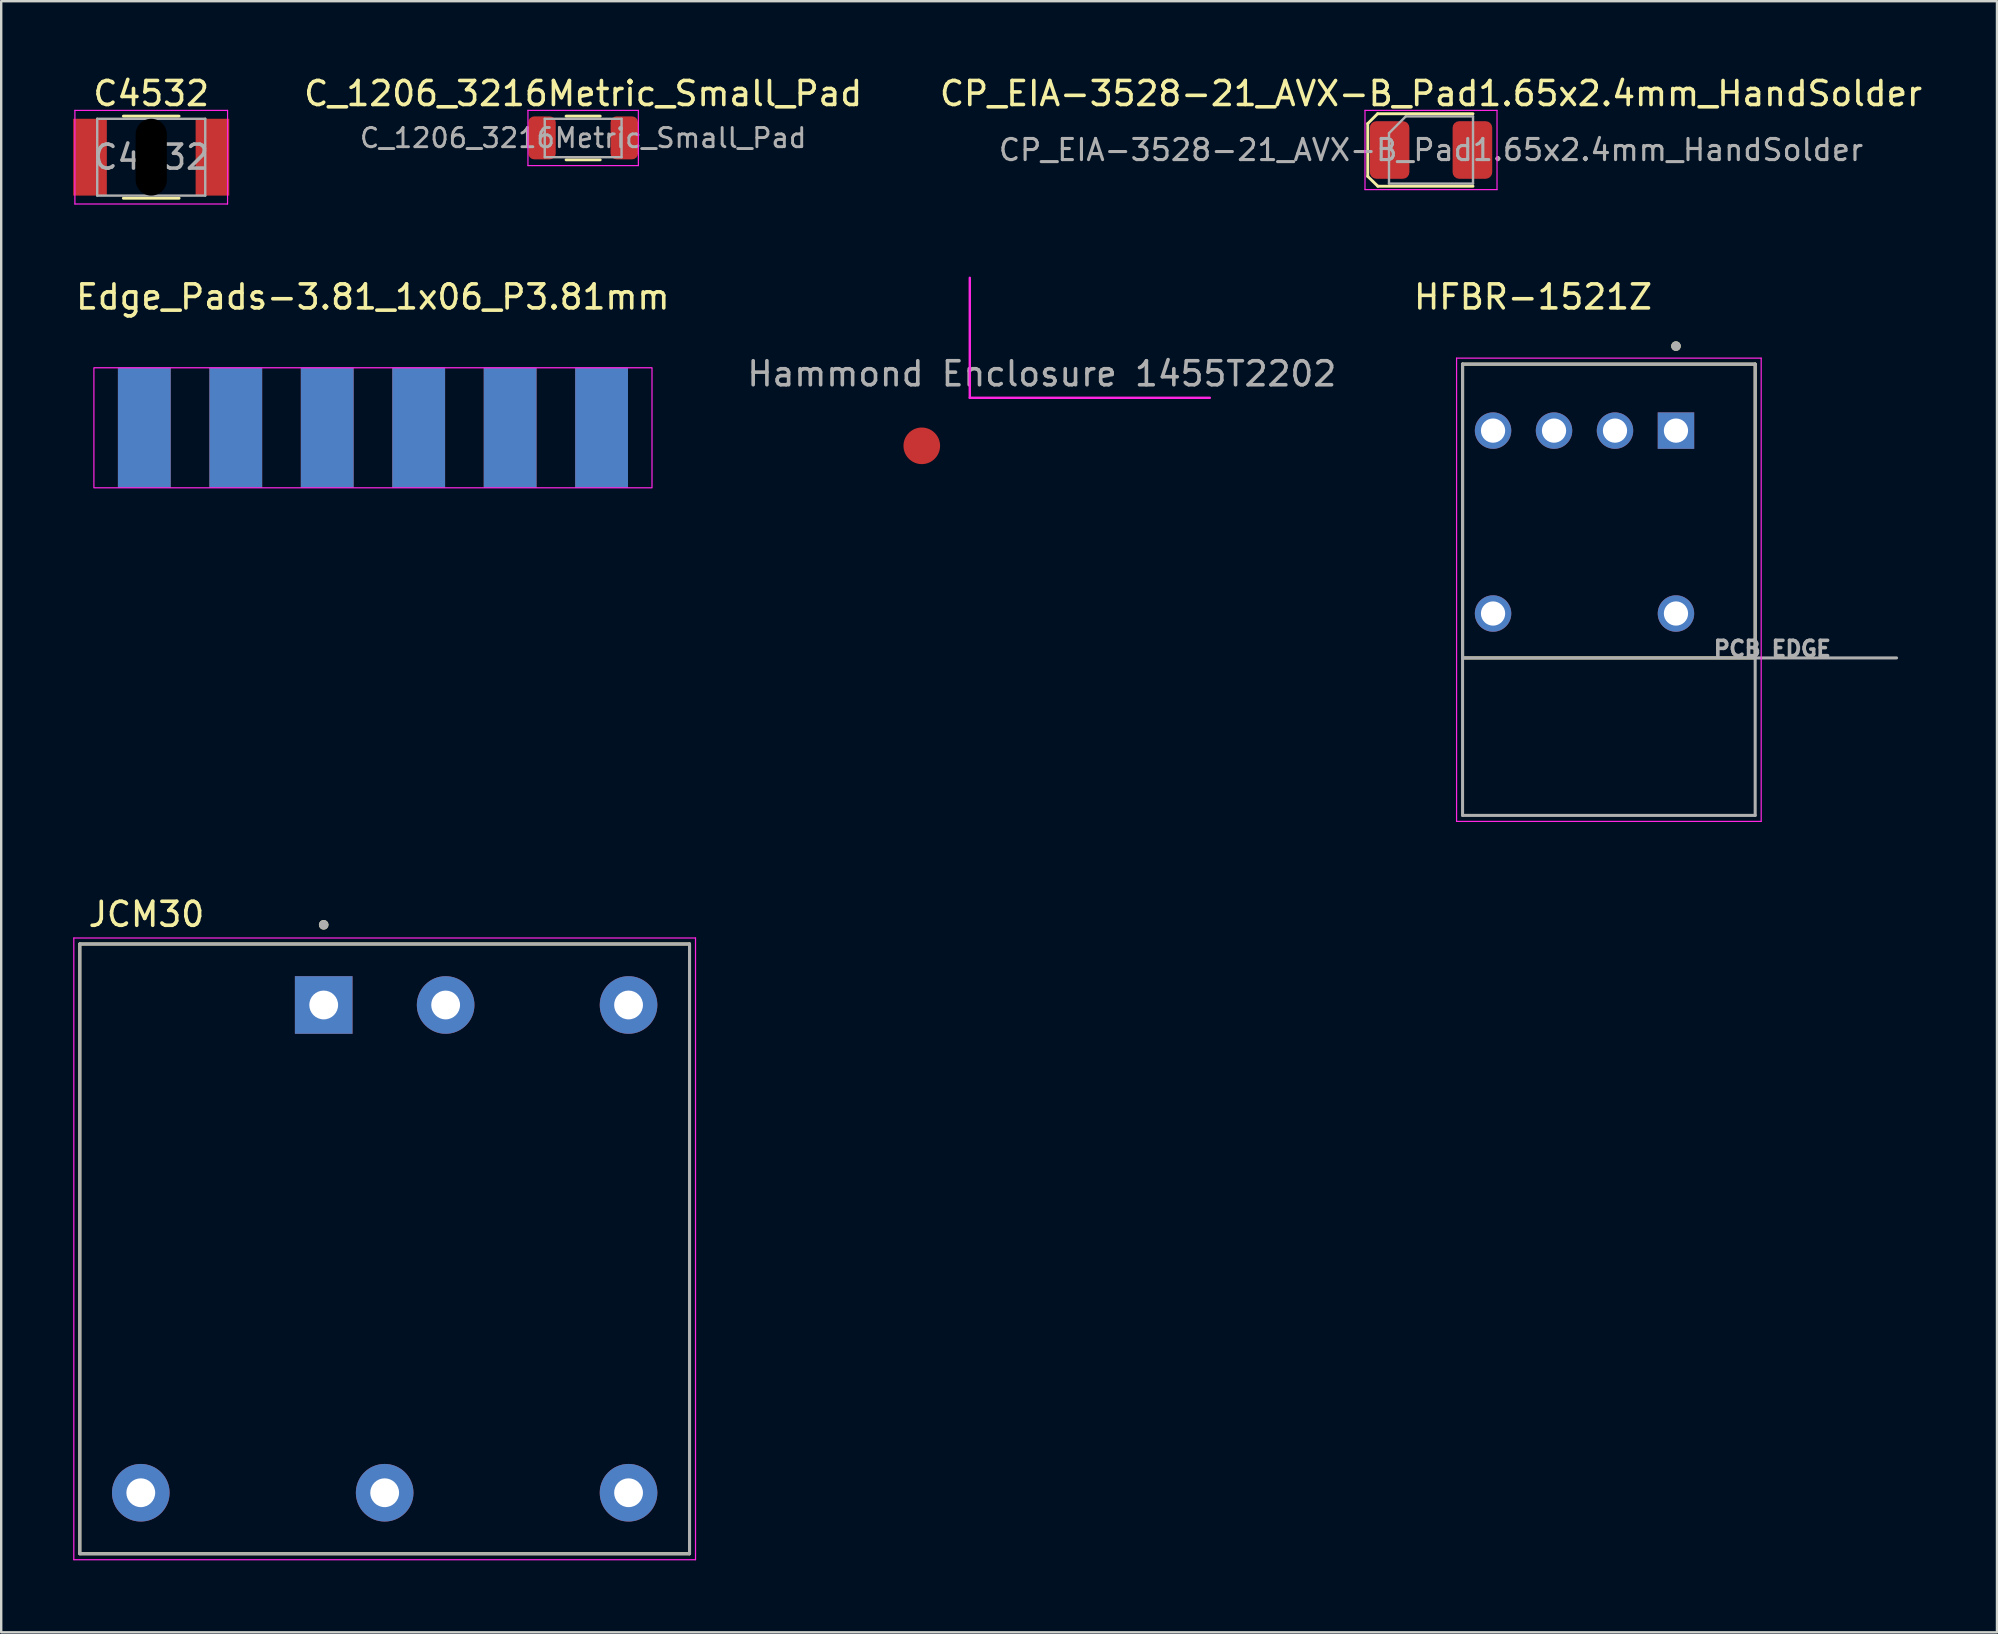
<source format=kicad_pcb>
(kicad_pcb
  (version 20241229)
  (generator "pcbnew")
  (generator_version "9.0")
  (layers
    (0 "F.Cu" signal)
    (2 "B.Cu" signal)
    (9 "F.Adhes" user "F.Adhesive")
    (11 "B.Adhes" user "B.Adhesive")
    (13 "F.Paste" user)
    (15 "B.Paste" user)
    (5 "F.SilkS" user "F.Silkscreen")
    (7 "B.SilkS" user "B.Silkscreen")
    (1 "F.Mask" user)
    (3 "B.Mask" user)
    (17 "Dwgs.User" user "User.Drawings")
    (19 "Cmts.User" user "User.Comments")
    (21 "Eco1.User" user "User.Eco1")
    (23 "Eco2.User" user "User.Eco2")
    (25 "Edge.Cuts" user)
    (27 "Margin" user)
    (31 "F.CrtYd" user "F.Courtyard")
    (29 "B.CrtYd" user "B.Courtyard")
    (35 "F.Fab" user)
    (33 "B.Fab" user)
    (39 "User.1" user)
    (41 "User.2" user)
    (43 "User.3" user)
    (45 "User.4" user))
  (footprint "Edge_Pads-3.81_1x06_P3.81mm"
    (layer "F.Cu")
    (at 2.962 14.771)
    (property "Reference" "Edge_Pads-3.81_1x06_P3.81mm" (at 9.52 -5.45 0) (layer "F.SilkS") (effects (font (size 1 1) (thickness 0.15))))
    (attr through_hole)
    (fp_rect (start -2.1 -2.5) (end 21.15 2.5) (stroke (width 0.05) (type solid)) (fill no) (layer "F.CrtYd"))
    (pad "1" smd rect (at 0 0) (size 2.2 5) (layers "F.Cu" "F.Mask" "F.Paste"))
    (pad "1" smd rect (at 0 0 180) (size 2.2 5) (layers "B.Cu" "B.Mask" "B.Paste"))
    (pad "2" smd rect (at 3.81 0) (size 2.2 5) (layers "F.Cu" "F.Mask" "F.Paste"))
    (pad "2" smd rect (at 3.81 0 180) (size 2.2 5) (layers "B.Cu" "B.Mask" "B.Paste"))
    (pad "3" smd rect (at 7.62 0) (size 2.2 5) (layers "F.Cu" "F.Mask" "F.Paste"))
    (pad "3" smd rect (at 7.62 0 180) (size 2.2 5) (layers "B.Cu" "B.Mask" "B.Paste"))
    (pad "4" smd rect (at 11.43 0) (size 2.2 5) (layers "F.Cu" "F.Mask" "F.Paste"))
    (pad "4" smd rect (at 11.43 0 180) (size 2.2 5) (layers "B.Cu" "B.Mask" "B.Paste"))
    (pad "5" smd rect (at 15.24 0) (size 2.2 5) (layers "F.Cu" "F.Mask" "F.Paste"))
    (pad "5" smd rect (at 15.24 0 180) (size 2.2 5) (layers "B.Cu" "B.Mask" "B.Paste"))
    (pad "6" smd rect (at 19.05 0) (size 2.2 5) (layers "F.Cu" "F.Mask" "F.Paste"))
    (pad "6" smd rect (at 19.05 0 180) (size 2.2 5) (layers "B.Cu" "B.Mask" "B.Paste")))
  (footprint "C_1206_3216Metric_Small_Pad"
    (layer "F.Cu")
    (at 21.244 2.698)
    (property "Reference" "C_1206_3216Metric_Small_Pad" (at 0 -1.85 180) (layer "F.SilkS") (effects (font (size 1 1) (thickness 0.15))))
    (attr smd)
    (fp_line (start -0.711 -0.91) (end 0.711 -0.91) (stroke (width 0.12) (type solid)) (layer "F.SilkS"))
    (fp_line (start -0.711 0.91) (end 0.711 0.91) (stroke (width 0.12) (type solid)) (layer "F.SilkS"))
    (fp_line (start -2.3 -1.15) (end 2.3 -1.15) (stroke (width 0.05) (type solid)) (layer "F.CrtYd"))
    (fp_line (start -2.3 1.15) (end -2.3 -1.15) (stroke (width 0.05) (type solid)) (layer "F.CrtYd"))
    (fp_line (start 2.3 -1.15) (end 2.3 1.15) (stroke (width 0.05) (type solid)) (layer "F.CrtYd"))
    (fp_line (start 2.3 1.15) (end -2.3 1.15) (stroke (width 0.05) (type solid)) (layer "F.CrtYd"))
    (fp_line (start -1.6 -0.8) (end 1.6 -0.8) (stroke (width 0.1) (type solid)) (layer "F.Fab"))
    (fp_line (start -1.6 0.8) (end -1.6 -0.8) (stroke (width 0.1) (type solid)) (layer "F.Fab"))
    (fp_line (start 1.6 -0.8) (end 1.6 0.8) (stroke (width 0.1) (type solid)) (layer "F.Fab"))
    (fp_line (start 1.6 0.8) (end -1.6 0.8) (stroke (width 0.1) (type solid)) (layer "F.Fab"))
    (fp_text user "${REFERENCE}" (at 0 0 180) (layer "F.Fab") (effects (font (size 0.8 0.8) (thickness 0.12))))
    (pad "1" smd roundrect (at -1.714 -0.005) (size 1.143 1.789) (layers "F.Cu" "F.Mask" "F.Paste") (roundrect_rratio 0.217))
    (pad "2" smd roundrect (at 1.714 -0.005) (size 1.143 1.789) (layers "F.Cu" "F.Mask" "F.Paste") (roundrect_rratio 0.217)))
  (footprint "CP_EIA-3528-21_AVX-B_Pad1.65x2.4mm_HandSolder"
    (layer "F.Cu")
    (at 56.565 3.198)
    (property "Reference" "CP_EIA-3528-21_AVX-B_Pad1.65x2.4mm_HandSolder" (at 0 -2.35 0) (layer "F.SilkS") (effects (font (size 1 1) (thickness 0.15))))
    (attr smd)
    (fp_line (start -2.635 -1.1) (end -2.635 1.1) (stroke (width 0.12) (type solid)) (layer "F.SilkS"))
    (fp_line (start -2.635 1.1) (end -2.215 1.51) (stroke (width 0.12) (type solid)) (layer "F.SilkS"))
    (fp_line (start -2.225 -1.51) (end -2.635 -1.1) (stroke (width 0.12) (type solid)) (layer "F.SilkS"))
    (fp_line (start -2.215 1.51) (end 1.75 1.51) (stroke (width 0.12) (type solid)) (layer "F.SilkS"))
    (fp_line (start 1.75 -1.51) (end -2.225 -1.51) (stroke (width 0.12) (type solid)) (layer "F.SilkS"))
    (fp_line (start -2.75 -1.65) (end 2.75 -1.65) (stroke (width 0.05) (type solid)) (layer "F.CrtYd"))
    (fp_line (start -2.75 1.65) (end -2.75 -1.65) (stroke (width 0.05) (type solid)) (layer "F.CrtYd"))
    (fp_line (start 2.75 -1.65) (end 2.75 1.65) (stroke (width 0.05) (type solid)) (layer "F.CrtYd"))
    (fp_line (start 2.75 1.65) (end -2.75 1.65) (stroke (width 0.05) (type solid)) (layer "F.CrtYd"))
    (fp_line (start -1.75 -0.7) (end -1.75 1.4) (stroke (width 0.1) (type solid)) (layer "F.Fab"))
    (fp_line (start -1.75 1.4) (end 1.75 1.4) (stroke (width 0.1) (type solid)) (layer "F.Fab"))
    (fp_line (start -1.05 -1.4) (end -1.75 -0.7) (stroke (width 0.1) (type solid)) (layer "F.Fab"))
    (fp_line (start 1.75 -1.4) (end -1.05 -1.4) (stroke (width 0.1) (type solid)) (layer "F.Fab"))
    (fp_line (start 1.75 1.4) (end 1.75 -1.4) (stroke (width 0.1) (type solid)) (layer "F.Fab"))
    (fp_text user "${REFERENCE}" (at 0 0 0) (layer "F.Fab") (effects (font (size 0.88 0.88) (thickness 0.13))))
    (pad "1" smd roundrect (at -1.725 0) (size 1.65 2.4) (layers "F.Cu" "F.Mask" "F.Paste") (roundrect_rratio 0.167))
    (pad "2" smd roundrect (at 1.725 0) (size 1.65 2.4) (layers "F.Cu" "F.Mask" "F.Paste") (roundrect_rratio 0.167)))
  (footprint "C4532"
    (layer "F.Cu")
    (at 3.25 3.498)
    (property "Reference" "C4532" (at 0 -2.65 0) (layer "F.SilkS") (effects (font (size 1 1) (thickness 0.15))))
    (attr smd)
    (fp_line (start -1.161 -1.71) (end 1.161 -1.71) (stroke (width 0.12) (type solid)) (layer "F.SilkS"))
    (fp_line (start -1.161 1.71) (end 1.161 1.71) (stroke (width 0.12) (type solid)) (layer "F.SilkS"))
    (fp_line (start -3.18 -1.95) (end 3.18 -1.95) (stroke (width 0.05) (type solid)) (layer "F.CrtYd"))
    (fp_line (start -3.18 1.95) (end -3.18 -1.95) (stroke (width 0.05) (type solid)) (layer "F.CrtYd"))
    (fp_line (start 3.18 -1.95) (end 3.18 1.95) (stroke (width 0.05) (type solid)) (layer "F.CrtYd"))
    (fp_line (start 3.18 1.95) (end -3.18 1.95) (stroke (width 0.05) (type solid)) (layer "F.CrtYd"))
    (fp_line (start -2.25 -1.6) (end 2.25 -1.6) (stroke (width 0.1) (type solid)) (layer "F.Fab"))
    (fp_line (start -2.25 1.6) (end -2.25 -1.6) (stroke (width 0.1) (type solid)) (layer "F.Fab"))
    (fp_line (start 2.25 -1.6) (end 2.25 1.6) (stroke (width 0.1) (type solid)) (layer "F.Fab"))
    (fp_line (start 2.25 1.6) (end -2.25 1.6) (stroke (width 0.1) (type solid)) (layer "F.Fab"))
    (fp_text user "${REFERENCE}" (at 0 0 0) (layer "F.Fab") (effects (font (size 1 1) (thickness 0.15))))
    (pad "" np_thru_hole oval (at 0 0) (size 1.3 3.2) (drill oval 1.4 3.2) (layers "*.Mask"))
    (pad "1" smd rect (at -2.55 0) (size 1.4 3.2) (layers "F.Cu" "F.Mask" "F.Paste"))
    (pad "2" smd rect (at 2.55 0) (size 1.4 3.2) (layers "F.Cu" "F.Mask" "F.Paste")))
  (footprint "Hammond Enclosure 1455T2202"
    (layer "F.Cu")
    (at 37.351 13.523)
    (property "Reference" "Hammond Enclosure 1455T2202" (at 3 -1 0) (unlocked yes) (layer "F.Fab") (effects (font (size 1 1) (thickness 0.15))))
    (fp_line (start 0 -5) (end 0 0) (stroke (width 0.1) (type solid)) (layer "F.CrtYd"))
    (fp_line (start 0 0) (end 10 0) (stroke (width 0.1) (type solid)) (layer "F.CrtYd"))
    (pad "1" smd circle (at -2 2) (size 1.524 1.524) (layers "F.Cu" "F.Mask" "F.Paste")))
  (footprint "JCM30"
    (layer "F.Cu")
    (at 12.975 48.977)
    (property "Reference" "JCM30" (at -9.925 -13.935 0) (layer "F.SilkS") (effects (font (size 1 1) (thickness 0.15))))
    (attr through_hole)
    (fp_line (start -12.7 -12.7) (end 12.7 -12.7) (stroke (width 0.127) (type solid)) (layer "F.SilkS"))
    (fp_line (start -12.7 12.7) (end -12.7 -12.7) (stroke (width 0.127) (type solid)) (layer "F.SilkS"))
    (fp_line (start 12.7 -12.7) (end 12.7 12.7) (stroke (width 0.127) (type solid)) (layer "F.SilkS"))
    (fp_line (start 12.7 12.7) (end -12.7 12.7) (stroke (width 0.127) (type solid)) (layer "F.SilkS"))
    (fp_circle (center -2.54 -13.5) (end -2.44 -13.5) (stroke (width 0.2) (type solid)) (fill no) (layer "F.SilkS"))
    (fp_line (start -12.95 -12.95) (end 12.95 -12.95) (stroke (width 0.05) (type solid)) (layer "F.CrtYd"))
    (fp_line (start -12.95 12.95) (end -12.95 -12.95) (stroke (width 0.05) (type solid)) (layer "F.CrtYd"))
    (fp_line (start 12.95 -12.95) (end 12.95 12.95) (stroke (width 0.05) (type solid)) (layer "F.CrtYd"))
    (fp_line (start 12.95 12.95) (end -12.95 12.95) (stroke (width 0.05) (type solid)) (layer "F.CrtYd"))
    (fp_line (start -12.7 -12.7) (end 12.7 -12.7) (stroke (width 0.127) (type solid)) (layer "F.Fab"))
    (fp_line (start -12.7 12.7) (end -12.7 -12.7) (stroke (width 0.127) (type solid)) (layer "F.Fab"))
    (fp_line (start 12.7 -12.7) (end 12.7 12.7) (stroke (width 0.127) (type solid)) (layer "F.Fab"))
    (fp_line (start 12.7 12.7) (end -12.7 12.7) (stroke (width 0.127) (type solid)) (layer "F.Fab"))
    (fp_circle (center -2.54 -13.5) (end -2.44 -13.5) (stroke (width 0.2) (type solid)) (fill no) (layer "F.Fab"))
    (pad "1" thru_hole rect (at -2.54 -10.16) (size 2.4 2.4) (drill 1.2) (layers "*.Cu" "*.Mask"))
    (pad "2" thru_hole circle (at 2.54 -10.16) (size 2.4 2.4) (drill 1.2) (layers "*.Cu" "*.Mask"))
    (pad "3" thru_hole circle (at 10.16 -10.16) (size 2.4 2.4) (drill 1.2) (layers "*.Cu" "*.Mask"))
    (pad "4" thru_hole circle (at -10.16 10.16) (size 2.4 2.4) (drill 1.2) (layers "*.Cu" "*.Mask"))
    (pad "5" thru_hole circle (at 0 10.16) (size 2.4 2.4) (drill 1.2) (layers "*.Cu" "*.Mask"))
    (pad "6" thru_hole circle (at 10.16 10.16) (size 2.4 2.4) (drill 1.2) (layers "*.Cu" "*.Mask")))
  (footprint "HFBR-1521Z"
    (layer "F.Cu")
    (at 62.96 22.509)
    (property "Reference" "HFBR-1521Z" (at -2.145 -13.187 0) (layer "F.SilkS") (effects (font (size 1 1) (thickness 0.15))))
    (attr through_hole)
    (fp_line (start -5.08 -10.39) (end -5.08 1.85) (stroke (width 0.127) (type solid)) (layer "F.SilkS"))
    (fp_line (start -5.08 -10.39) (end 7.11 -10.39) (stroke (width 0.127) (type solid)) (layer "F.SilkS"))
    (fp_line (start -5.08 1.85) (end 7.11 1.85) (stroke (width 0.127) (type solid)) (layer "F.SilkS"))
    (fp_line (start 7.11 -10.39) (end 7.11 1.85) (stroke (width 0.127) (type solid)) (layer "F.SilkS"))
    (fp_circle (center 3.81 -11.14) (end 3.91 -11.14) (stroke (width 0.2) (type solid)) (fill no) (layer "F.SilkS"))
    (fp_line (start -5.33 -10.64) (end -5.33 8.66) (stroke (width 0.05) (type solid)) (layer "F.CrtYd"))
    (fp_line (start -5.33 -10.64) (end 7.36 -10.64) (stroke (width 0.05) (type solid)) (layer "F.CrtYd"))
    (fp_line (start -5.33 8.66) (end 7.36 8.66) (stroke (width 0.05) (type solid)) (layer "F.CrtYd"))
    (fp_line (start 7.36 -10.64) (end 7.36 8.66) (stroke (width 0.05) (type solid)) (layer "F.CrtYd"))
    (fp_line (start -5.08 -10.39) (end -5.08 1.85) (stroke (width 0.127) (type solid)) (layer "F.Fab"))
    (fp_line (start -5.08 -10.39) (end 7.11 -10.39) (stroke (width 0.127) (type solid)) (layer "F.Fab"))
    (fp_line (start -5.08 1.85) (end -5.08 8.41) (stroke (width 0.127) (type solid)) (layer "F.Fab"))
    (fp_line (start -5.08 1.85) (end 13 1.85) (stroke (width 0.127) (type solid)) (layer "F.Fab"))
    (fp_line (start -5.08 8.41) (end 7.11 8.41) (stroke (width 0.127) (type solid)) (layer "F.Fab"))
    (fp_line (start 7.11 -10.39) (end 7.11 8.41) (stroke (width 0.127) (type solid)) (layer "F.Fab"))
    (fp_circle (center 3.81 -11.14) (end 3.91 -11.14) (stroke (width 0.2) (type solid)) (fill no) (layer "F.Fab"))
    (fp_text user "PCB EDGE" (at 7.825 1.468 0) (layer "F.Fab") (effects (font (size 0.64 0.64) (thickness 0.15))))
    (pad "1" thru_hole rect (at 3.81 -7.62) (size 1.518 1.518) (drill 1.01) (layers "*.Cu" "*.Mask"))
    (pad "2" thru_hole circle (at 1.27 -7.62) (size 1.518 1.518) (drill 1.01) (layers "*.Cu" "*.Mask"))
    (pad "3" thru_hole circle (at -1.27 -7.62) (size 1.518 1.518) (drill 1.01) (layers "*.Cu" "*.Mask"))
    (pad "4" thru_hole circle (at -3.81 -7.62) (size 1.518 1.518) (drill 1.01) (layers "*.Cu" "*.Mask"))
    (pad "5" thru_hole circle (at -3.81 0) (size 1.518 1.518) (drill 1.01) (layers "*.Cu" "*.Mask"))
    (pad "8" thru_hole circle (at 3.81 0) (size 1.518 1.518) (drill 1.01) (layers "*.Cu" "*.Mask")))
  (gr_rect
    (start -3 -3)
    (end 80.143 64.952)
    (stroke (width 0.1) (type default))
    (fill no)
    (layer "Edge.Cuts")))
</source>
